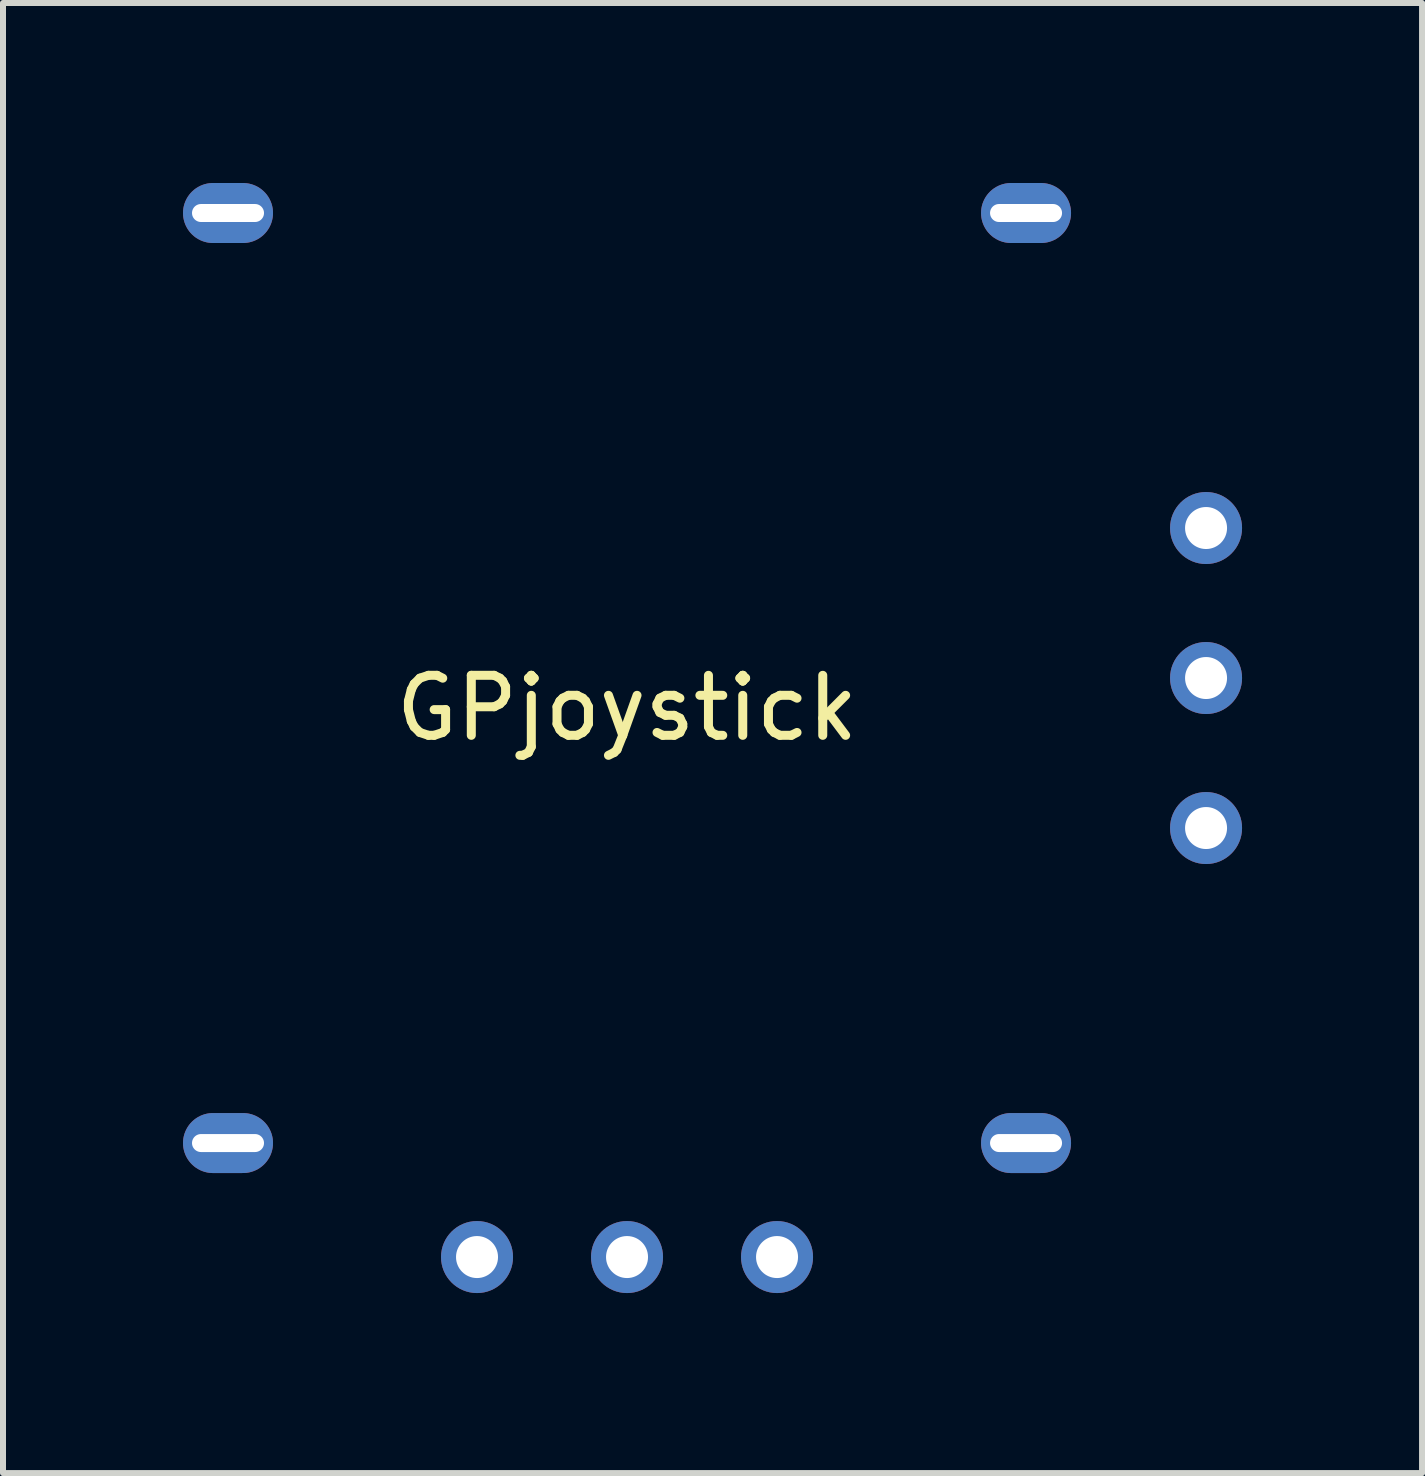
<source format=kicad_pcb>
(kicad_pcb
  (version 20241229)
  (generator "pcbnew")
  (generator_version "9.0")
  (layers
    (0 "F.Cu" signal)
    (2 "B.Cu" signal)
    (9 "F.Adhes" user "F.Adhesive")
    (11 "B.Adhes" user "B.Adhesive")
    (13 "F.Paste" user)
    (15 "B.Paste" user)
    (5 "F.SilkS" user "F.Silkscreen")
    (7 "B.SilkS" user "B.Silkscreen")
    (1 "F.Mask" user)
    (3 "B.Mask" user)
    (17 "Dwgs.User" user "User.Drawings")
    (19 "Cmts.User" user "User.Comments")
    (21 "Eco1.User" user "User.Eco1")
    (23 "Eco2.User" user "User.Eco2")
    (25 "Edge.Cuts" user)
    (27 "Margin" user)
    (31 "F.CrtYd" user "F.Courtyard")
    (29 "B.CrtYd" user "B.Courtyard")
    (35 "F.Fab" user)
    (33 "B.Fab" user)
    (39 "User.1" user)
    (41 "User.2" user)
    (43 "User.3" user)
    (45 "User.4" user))
  (footprint "GPjoystick"
    (layer "F.Cu")
    (at 7.4 8.25)
    (property "Reference" "GPjoystick" (at 0 0.5 0) (layer "F.SilkS") (effects (font (size 1 1) (thickness 0.15))))
    (attr through_hole)
    (pad "" np_thru_hole oval (at -6.65 -7.75) (size 1.5 1) (drill oval 1.2 0.3) (layers "*.Cu" "*.Mask"))
    (pad "" np_thru_hole oval (at -6.65 7.75) (size 1.5 1) (drill oval 1.2 0.3) (layers "*.Cu" "*.Mask"))
    (pad "" np_thru_hole oval (at 6.65 -7.75) (size 1.5 1) (drill oval 1.2 0.3) (layers "*.Cu" "*.Mask"))
    (pad "" np_thru_hole oval (at 6.65 7.75) (size 1.5 1) (drill oval 1.2 0.3) (layers "*.Cu" "*.Mask"))
    (pad "1" thru_hole circle (at 9.65 -2.5) (size 1.2 1.2) (drill 0.7) (layers "*.Cu" "*.Mask"))
    (pad "2" thru_hole circle (at 9.65 0) (size 1.2 1.2) (drill 0.7) (layers "*.Cu" "*.Mask"))
    (pad "3" thru_hole circle (at 9.65 2.5) (size 1.2 1.2) (drill 0.7) (layers "*.Cu" "*.Mask"))
    (pad "4" thru_hole circle (at -2.5 9.65) (size 1.2 1.2) (drill 0.7) (layers "*.Cu" "*.Mask"))
    (pad "5" thru_hole circle (at 0 9.65) (size 1.2 1.2) (drill 0.7) (layers "*.Cu" "*.Mask"))
    (pad "6" thru_hole circle (at 2.5 9.65) (size 1.2 1.2) (drill 0.7) (layers "*.Cu" "*.Mask")))
  (gr_rect
    (start -3 -3)
    (end 20.65 21.5)
    (stroke (width 0.1) (type default))
    (fill no)
    (layer "Edge.Cuts")))
</source>
